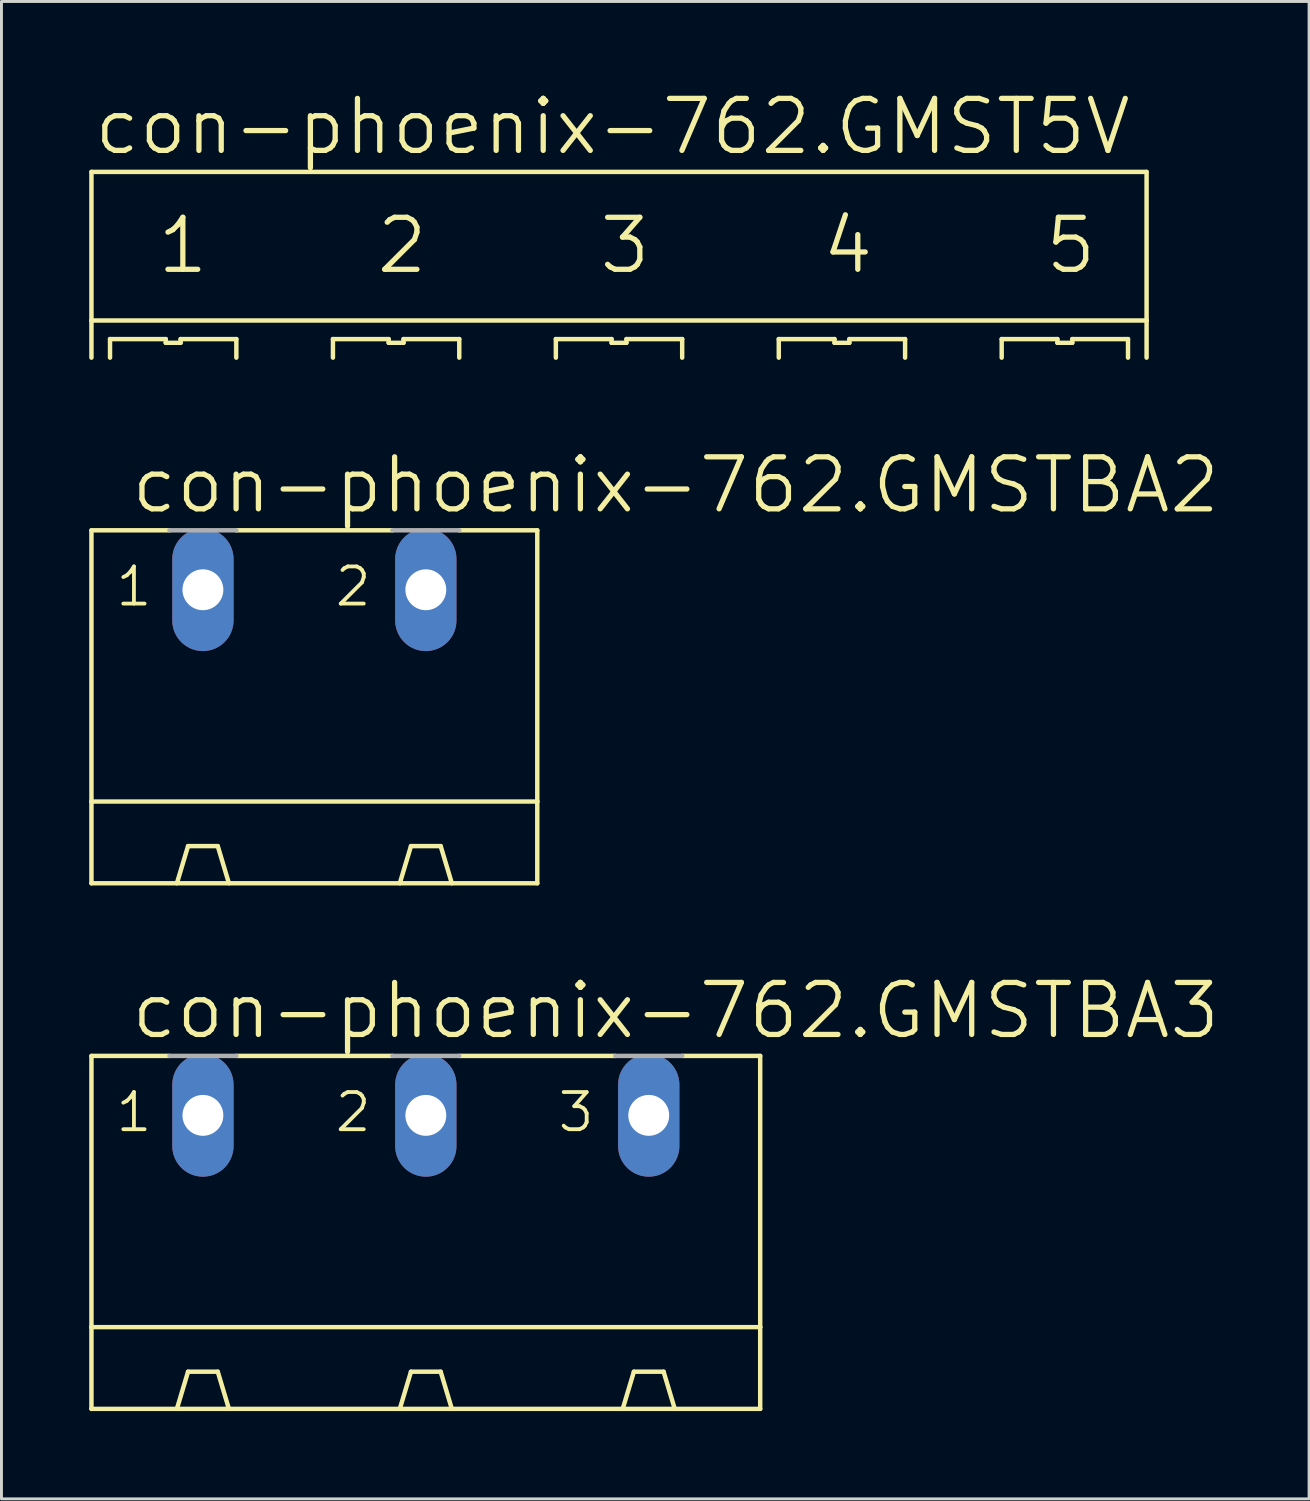
<source format=kicad_pcb>
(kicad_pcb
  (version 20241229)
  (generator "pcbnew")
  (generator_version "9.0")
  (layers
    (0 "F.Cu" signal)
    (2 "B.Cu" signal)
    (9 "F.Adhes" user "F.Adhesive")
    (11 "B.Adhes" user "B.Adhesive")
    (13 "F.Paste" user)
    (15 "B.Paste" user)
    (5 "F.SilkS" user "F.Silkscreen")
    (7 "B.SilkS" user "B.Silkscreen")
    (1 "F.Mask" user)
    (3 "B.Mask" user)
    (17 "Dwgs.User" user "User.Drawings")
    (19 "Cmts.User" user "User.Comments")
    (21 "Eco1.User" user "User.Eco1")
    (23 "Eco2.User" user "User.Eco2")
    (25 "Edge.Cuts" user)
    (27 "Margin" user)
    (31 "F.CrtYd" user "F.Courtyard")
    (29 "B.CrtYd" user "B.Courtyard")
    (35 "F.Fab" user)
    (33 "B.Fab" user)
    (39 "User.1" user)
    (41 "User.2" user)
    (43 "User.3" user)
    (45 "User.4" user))
  (footprint "con-phoenix-762.GMSTBA2"
    (layer "F.Cu")
    (at 7.696 22.19)
    (property "Reference" "con-phoenix-762.GMSTBA2" (at -6.35 -7.62 0) (layer "F.SilkS") (effects (font (size 1.778 1.778) (thickness 0.18)) (justify left bottom)))
    (attr through_hole)
    (fp_line (start -7.62 -7.112) (end -7.62 2.159) (stroke (width 0.152) (type default)) (layer "F.SilkS"))
    (fp_line (start -7.62 -7.112) (end -4.953 -7.112) (stroke (width 0.152) (type default)) (layer "F.SilkS"))
    (fp_line (start -7.62 2.159) (end -7.62 4.953) (stroke (width 0.152) (type default)) (layer "F.SilkS"))
    (fp_line (start -7.62 2.159) (end 7.62 2.159) (stroke (width 0.152) (type default)) (layer "F.SilkS"))
    (fp_line (start -4.699 4.953) (end -4.318 3.683) (stroke (width 0.152) (type default)) (layer "F.SilkS"))
    (fp_line (start -3.302 3.683) (end -4.318 3.683) (stroke (width 0.152) (type default)) (layer "F.SilkS"))
    (fp_line (start -2.921 4.953) (end -3.302 3.683) (stroke (width 0.152) (type default)) (layer "F.SilkS"))
    (fp_line (start -2.667 -7.112) (end 2.667 -7.112) (stroke (width 0.152) (type default)) (layer "F.SilkS"))
    (fp_line (start 2.921 4.953) (end 3.302 3.683) (stroke (width 0.152) (type default)) (layer "F.SilkS"))
    (fp_line (start 3.302 3.683) (end 4.318 3.683) (stroke (width 0.152) (type default)) (layer "F.SilkS"))
    (fp_line (start 4.699 4.953) (end 4.318 3.683) (stroke (width 0.152) (type default)) (layer "F.SilkS"))
    (fp_line (start 4.953 -7.112) (end 7.62 -7.112) (stroke (width 0.152) (type default)) (layer "F.SilkS"))
    (fp_line (start 7.62 -7.112) (end 7.62 2.159) (stroke (width 0.152) (type default)) (layer "F.SilkS"))
    (fp_line (start 7.62 2.159) (end 7.62 4.953) (stroke (width 0.152) (type default)) (layer "F.SilkS"))
    (fp_line (start 7.62 4.953) (end -7.62 4.953) (stroke (width 0.152) (type default)) (layer "F.SilkS"))
    (fp_line (start -4.953 -7.112) (end -2.667 -7.112) (stroke (width 0.152) (type default)) (layer "F.Fab"))
    (fp_line (start 2.667 -7.112) (end 4.953 -7.112) (stroke (width 0.152) (type default)) (layer "F.Fab"))
    (fp_text user "2" (at 0.635 -4.445 0) (layer "F.SilkS") (effects (font (size 1.27 1.27) (thickness 0.13)) (justify left bottom)))
    (fp_text user "1" (at -6.858 -4.445 0) (layer "F.SilkS") (effects (font (size 1.27 1.27) (thickness 0.13)) (justify left bottom)))
    (pad "1" thru_hole oval (at -3.81 -5.08 90) (size 4.191 2.095) (drill 1.397) (layers "*.Cu" "*.Mask"))
    (pad "2" thru_hole oval (at 3.81 -5.08 90) (size 4.191 2.095) (drill 1.397) (layers "*.Cu" "*.Mask")))
  (footprint "con-phoenix-762.GMST5V"
    (layer "F.Cu")
    (at 18.11 6.382)
    (property "Reference" "con-phoenix-762.GMST5V" (at -18.034 -4.064 0) (layer "F.SilkS") (effects (font (size 1.778 1.778) (thickness 0.18)) (justify left bottom)))
    (fp_line (start -18.034 -3.556) (end 18.034 -3.556) (stroke (width 0.152) (type default)) (layer "F.SilkS"))
    (fp_line (start -18.034 1.524) (end -18.034 -3.556) (stroke (width 0.152) (type default)) (layer "F.SilkS"))
    (fp_line (start -18.034 1.524) (end 18.034 1.524) (stroke (width 0.152) (type default)) (layer "F.SilkS"))
    (fp_line (start -18.034 2.794) (end -18.034 1.524) (stroke (width 0.152) (type default)) (layer "F.SilkS"))
    (fp_line (start -17.399 2.159) (end -17.399 2.794) (stroke (width 0.152) (type default)) (layer "F.SilkS"))
    (fp_line (start -15.494 2.159) (end -17.399 2.159) (stroke (width 0.152) (type default)) (layer "F.SilkS"))
    (fp_line (start -15.494 2.286) (end -15.494 2.159) (stroke (width 0.152) (type default)) (layer "F.SilkS"))
    (fp_line (start -14.986 2.159) (end -14.986 2.286) (stroke (width 0.152) (type default)) (layer "F.SilkS"))
    (fp_line (start -14.986 2.286) (end -15.494 2.286) (stroke (width 0.152) (type default)) (layer "F.SilkS"))
    (fp_line (start -13.081 2.159) (end -14.986 2.159) (stroke (width 0.152) (type default)) (layer "F.SilkS"))
    (fp_line (start -13.081 2.794) (end -13.081 2.159) (stroke (width 0.152) (type default)) (layer "F.SilkS"))
    (fp_line (start -9.779 2.159) (end -9.779 2.794) (stroke (width 0.152) (type default)) (layer "F.SilkS"))
    (fp_line (start -7.874 2.159) (end -9.779 2.159) (stroke (width 0.152) (type default)) (layer "F.SilkS"))
    (fp_line (start -7.874 2.286) (end -7.874 2.159) (stroke (width 0.152) (type default)) (layer "F.SilkS"))
    (fp_line (start -7.366 2.159) (end -7.366 2.286) (stroke (width 0.152) (type default)) (layer "F.SilkS"))
    (fp_line (start -7.366 2.286) (end -7.874 2.286) (stroke (width 0.152) (type default)) (layer "F.SilkS"))
    (fp_line (start -5.461 2.159) (end -7.366 2.159) (stroke (width 0.152) (type default)) (layer "F.SilkS"))
    (fp_line (start -5.461 2.794) (end -5.461 2.159) (stroke (width 0.152) (type default)) (layer "F.SilkS"))
    (fp_line (start -2.159 2.159) (end -2.159 2.794) (stroke (width 0.152) (type default)) (layer "F.SilkS"))
    (fp_line (start -0.254 2.159) (end -2.159 2.159) (stroke (width 0.152) (type default)) (layer "F.SilkS"))
    (fp_line (start -0.254 2.286) (end -0.254 2.159) (stroke (width 0.152) (type default)) (layer "F.SilkS"))
    (fp_line (start 0.254 2.159) (end 0.254 2.286) (stroke (width 0.152) (type default)) (layer "F.SilkS"))
    (fp_line (start 0.254 2.286) (end -0.254 2.286) (stroke (width 0.152) (type default)) (layer "F.SilkS"))
    (fp_line (start 2.159 2.159) (end 0.254 2.159) (stroke (width 0.152) (type default)) (layer "F.SilkS"))
    (fp_line (start 2.159 2.794) (end 2.159 2.159) (stroke (width 0.152) (type default)) (layer "F.SilkS"))
    (fp_line (start 5.461 2.159) (end 5.461 2.794) (stroke (width 0.152) (type default)) (layer "F.SilkS"))
    (fp_line (start 7.366 2.159) (end 5.461 2.159) (stroke (width 0.152) (type default)) (layer "F.SilkS"))
    (fp_line (start 7.366 2.286) (end 7.366 2.159) (stroke (width 0.152) (type default)) (layer "F.SilkS"))
    (fp_line (start 7.874 2.159) (end 7.874 2.286) (stroke (width 0.152) (type default)) (layer "F.SilkS"))
    (fp_line (start 7.874 2.286) (end 7.366 2.286) (stroke (width 0.152) (type default)) (layer "F.SilkS"))
    (fp_line (start 9.779 2.159) (end 7.874 2.159) (stroke (width 0.152) (type default)) (layer "F.SilkS"))
    (fp_line (start 9.779 2.794) (end 9.779 2.159) (stroke (width 0.152) (type default)) (layer "F.SilkS"))
    (fp_line (start 13.081 2.159) (end 13.081 2.794) (stroke (width 0.152) (type default)) (layer "F.SilkS"))
    (fp_line (start 14.986 2.159) (end 13.081 2.159) (stroke (width 0.152) (type default)) (layer "F.SilkS"))
    (fp_line (start 14.986 2.286) (end 14.986 2.159) (stroke (width 0.152) (type default)) (layer "F.SilkS"))
    (fp_line (start 15.494 2.159) (end 15.494 2.286) (stroke (width 0.152) (type default)) (layer "F.SilkS"))
    (fp_line (start 15.494 2.286) (end 14.986 2.286) (stroke (width 0.152) (type default)) (layer "F.SilkS"))
    (fp_line (start 17.399 2.159) (end 15.494 2.159) (stroke (width 0.152) (type default)) (layer "F.SilkS"))
    (fp_line (start 17.399 2.794) (end 17.399 2.159) (stroke (width 0.152) (type default)) (layer "F.SilkS"))
    (fp_line (start 18.034 -3.556) (end 18.034 1.524) (stroke (width 0.152) (type default)) (layer "F.SilkS"))
    (fp_line (start 18.034 1.524) (end 18.034 2.794) (stroke (width 0.152) (type default)) (layer "F.SilkS"))
    (fp_text user "2" (at -8.382 0 0) (layer "F.SilkS") (effects (font (size 1.778 1.778) (thickness 0.18)) (justify left bottom)))
    (fp_text user "1" (at -15.875 0 0) (layer "F.SilkS") (effects (font (size 1.778 1.778) (thickness 0.18)) (justify left bottom)))
    (fp_text user "4" (at 6.858 0 0) (layer "F.SilkS") (effects (font (size 1.778 1.778) (thickness 0.18)) (justify left bottom)))
    (fp_text user "5" (at 14.478 0 0) (layer "F.SilkS") (effects (font (size 1.778 1.778) (thickness 0.18)) (justify left bottom)))
    (fp_text user "3" (at -0.762 0 0) (layer "F.SilkS") (effects (font (size 1.778 1.778) (thickness 0.18)) (justify left bottom))))
  (footprint "con-phoenix-762.GMSTBA3"
    (layer "F.Cu")
    (at 11.506 40.157)
    (property "Reference" "con-phoenix-762.GMSTBA3" (at -10.16 -7.62 0) (layer "F.SilkS") (effects (font (size 1.778 1.778) (thickness 0.18)) (justify left bottom)))
    (attr through_hole)
    (fp_line (start -11.43 -7.112) (end -11.43 2.159) (stroke (width 0.152) (type default)) (layer "F.SilkS"))
    (fp_line (start -11.43 -7.112) (end -8.763 -7.112) (stroke (width 0.152) (type default)) (layer "F.SilkS"))
    (fp_line (start -11.43 2.159) (end -11.43 4.953) (stroke (width 0.152) (type default)) (layer "F.SilkS"))
    (fp_line (start -11.43 2.159) (end 11.43 2.159) (stroke (width 0.152) (type default)) (layer "F.SilkS"))
    (fp_line (start -8.509 4.953) (end -8.128 3.683) (stroke (width 0.152) (type default)) (layer "F.SilkS"))
    (fp_line (start -7.112 3.683) (end -8.128 3.683) (stroke (width 0.152) (type default)) (layer "F.SilkS"))
    (fp_line (start -6.731 4.953) (end -7.112 3.683) (stroke (width 0.152) (type default)) (layer "F.SilkS"))
    (fp_line (start -6.477 -7.112) (end -1.143 -7.112) (stroke (width 0.152) (type default)) (layer "F.SilkS"))
    (fp_line (start -0.889 4.953) (end -0.508 3.683) (stroke (width 0.152) (type default)) (layer "F.SilkS"))
    (fp_line (start -0.508 3.683) (end 0.508 3.683) (stroke (width 0.152) (type default)) (layer "F.SilkS"))
    (fp_line (start 0.889 4.953) (end 0.508 3.683) (stroke (width 0.152) (type default)) (layer "F.SilkS"))
    (fp_line (start 1.143 -7.112) (end 6.477 -7.112) (stroke (width 0.152) (type default)) (layer "F.SilkS"))
    (fp_line (start 6.731 4.953) (end 7.112 3.683) (stroke (width 0.152) (type default)) (layer "F.SilkS"))
    (fp_line (start 7.112 3.683) (end 8.128 3.683) (stroke (width 0.152) (type default)) (layer "F.SilkS"))
    (fp_line (start 8.509 4.953) (end 8.128 3.683) (stroke (width 0.152) (type default)) (layer "F.SilkS"))
    (fp_line (start 8.763 -7.112) (end 11.43 -7.112) (stroke (width 0.152) (type default)) (layer "F.SilkS"))
    (fp_line (start 11.43 -7.112) (end 11.43 2.159) (stroke (width 0.152) (type default)) (layer "F.SilkS"))
    (fp_line (start 11.43 2.159) (end 11.43 4.953) (stroke (width 0.152) (type default)) (layer "F.SilkS"))
    (fp_line (start 11.43 4.953) (end -11.43 4.953) (stroke (width 0.152) (type default)) (layer "F.SilkS"))
    (fp_line (start -8.763 -7.112) (end -6.477 -7.112) (stroke (width 0.152) (type default)) (layer "F.Fab"))
    (fp_line (start -1.143 -7.112) (end 1.143 -7.112) (stroke (width 0.152) (type default)) (layer "F.Fab"))
    (fp_line (start 6.477 -7.112) (end 8.763 -7.112) (stroke (width 0.152) (type default)) (layer "F.Fab"))
    (fp_text user "3" (at 4.445 -4.445 0) (layer "F.SilkS") (effects (font (size 1.27 1.27) (thickness 0.13)) (justify left bottom)))
    (fp_text user "1" (at -10.668 -4.445 0) (layer "F.SilkS") (effects (font (size 1.27 1.27) (thickness 0.13)) (justify left bottom)))
    (fp_text user "2" (at -3.175 -4.445 0) (layer "F.SilkS") (effects (font (size 1.27 1.27) (thickness 0.13)) (justify left bottom)))
    (pad "1" thru_hole oval (at -7.62 -5.08 90) (size 4.191 2.095) (drill 1.397) (layers "*.Cu" "*.Mask"))
    (pad "2" thru_hole oval (at 0 -5.08 90) (size 4.191 2.095) (drill 1.397) (layers "*.Cu" "*.Mask"))
    (pad "3" thru_hole oval (at 7.62 -5.08 90) (size 4.191 2.095) (drill 1.397) (layers "*.Cu" "*.Mask")))
  (gr_rect
    (start -3 -3)
    (end 41.699 48.187)
    (stroke (width 0.1) (type default))
    (fill no)
    (layer "Edge.Cuts")))
</source>
